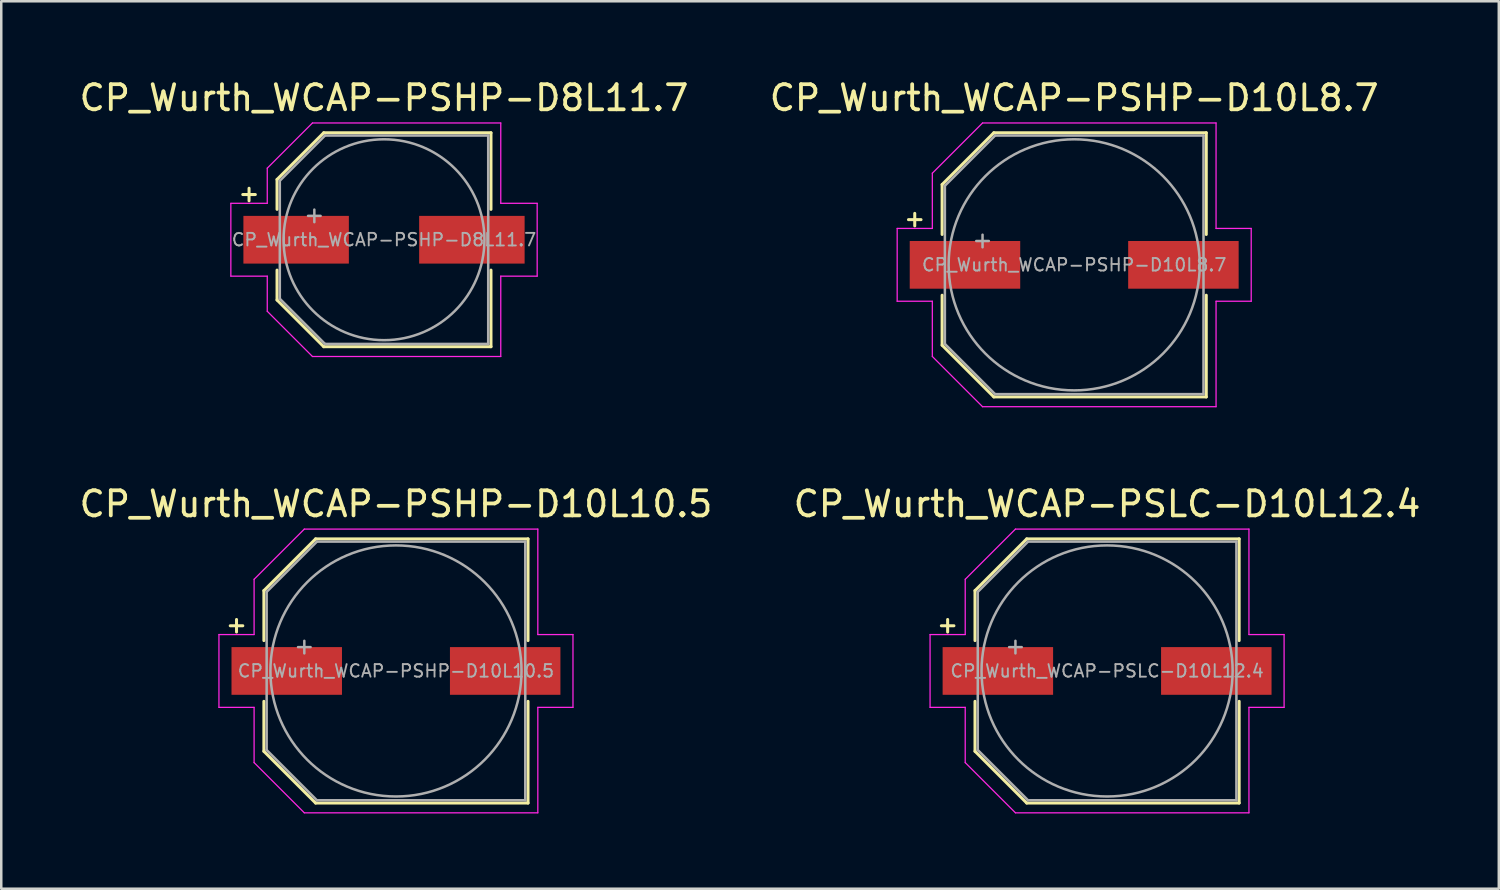
<source format=kicad_pcb>
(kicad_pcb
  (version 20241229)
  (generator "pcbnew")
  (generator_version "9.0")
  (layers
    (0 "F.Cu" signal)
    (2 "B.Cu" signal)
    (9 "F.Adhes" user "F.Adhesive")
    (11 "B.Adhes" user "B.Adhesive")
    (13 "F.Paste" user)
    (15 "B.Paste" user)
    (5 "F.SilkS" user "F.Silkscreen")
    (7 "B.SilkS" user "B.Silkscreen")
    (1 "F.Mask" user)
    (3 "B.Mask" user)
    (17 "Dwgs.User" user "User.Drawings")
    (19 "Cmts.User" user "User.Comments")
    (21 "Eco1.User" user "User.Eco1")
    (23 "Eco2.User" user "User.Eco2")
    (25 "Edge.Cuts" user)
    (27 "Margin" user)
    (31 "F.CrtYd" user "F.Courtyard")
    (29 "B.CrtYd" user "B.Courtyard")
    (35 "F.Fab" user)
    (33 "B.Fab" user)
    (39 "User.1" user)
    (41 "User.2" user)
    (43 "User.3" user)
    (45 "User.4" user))
  (footprint "CP_Wurth_WCAP-PSHP-D10L10.5"
    (layer "F.Cu")
    (at 12.72 23.672)
    (property "Reference" "CP_Wurth_WCAP-PSHP-D10L10.5" (at 0 -6.65 0) (unlocked yes) (layer "F.SilkS") (effects (font (size 1 1) (thickness 0.15))))
    (attr smd)
    (fp_line (start -6.35 -1.55) (end -6.35 -2.05) (stroke (width 0.12) (type solid)) (layer "F.SilkS"))
    (fp_line (start -6.1 -1.8) (end -6.6 -1.8) (stroke (width 0.12) (type solid)) (layer "F.SilkS"))
    (fp_line (start -5.26 -3.2) (end -5.26 -1.21) (stroke (width 0.12) (type default)) (layer "F.SilkS"))
    (fp_line (start -5.26 -3.2) (end -3.2 -5.26) (stroke (width 0.12) (type default)) (layer "F.SilkS"))
    (fp_line (start -5.26 3.2) (end -5.26 1.21) (stroke (width 0.12) (type default)) (layer "F.SilkS"))
    (fp_line (start -5.26 3.2) (end -3.2 5.26) (stroke (width 0.12) (type default)) (layer "F.SilkS"))
    (fp_line (start -3.2 -5.26) (end 5.26 -5.26) (stroke (width 0.12) (type solid)) (layer "F.SilkS"))
    (fp_line (start -3.2 5.26) (end 5.26 5.26) (stroke (width 0.12) (type solid)) (layer "F.SilkS"))
    (fp_line (start 5.26 -5.26) (end 5.26 -1.21) (stroke (width 0.12) (type default)) (layer "F.SilkS"))
    (fp_line (start 5.26 1.21) (end 5.26 5.26) (stroke (width 0.12) (type default)) (layer "F.SilkS"))
    (fp_line (start -7.05 -1.45) (end -7.05 1.45) (stroke (width 0.05) (type default)) (layer "F.CrtYd"))
    (fp_line (start -7.05 -1.45) (end -5.65 -1.45) (stroke (width 0.05) (type default)) (layer "F.CrtYd"))
    (fp_line (start -7.05 1.45) (end -5.65 1.45) (stroke (width 0.05) (type default)) (layer "F.CrtYd"))
    (fp_line (start -5.65 -3.65) (end -5.65 -1.45) (stroke (width 0.05) (type default)) (layer "F.CrtYd"))
    (fp_line (start -5.65 -3.65) (end -3.65 -5.65) (stroke (width 0.05) (type default)) (layer "F.CrtYd"))
    (fp_line (start -5.65 1.45) (end -5.65 3.65) (stroke (width 0.05) (type default)) (layer "F.CrtYd"))
    (fp_line (start -5.65 3.65) (end -3.65 5.65) (stroke (width 0.05) (type default)) (layer "F.CrtYd"))
    (fp_line (start -3.65 -5.65) (end 5.65 -5.65) (stroke (width 0.05) (type default)) (layer "F.CrtYd"))
    (fp_line (start -3.65 5.65) (end 5.65 5.65) (stroke (width 0.05) (type default)) (layer "F.CrtYd"))
    (fp_line (start 5.65 -5.65) (end 5.65 -1.45) (stroke (width 0.05) (type default)) (layer "F.CrtYd"))
    (fp_line (start 5.65 -1.45) (end 7.05 -1.45) (stroke (width 0.05) (type default)) (layer "F.CrtYd"))
    (fp_line (start 5.65 1.45) (end 5.65 5.65) (stroke (width 0.05) (type default)) (layer "F.CrtYd"))
    (fp_line (start 5.65 1.45) (end 7.05 1.45) (stroke (width 0.05) (type default)) (layer "F.CrtYd"))
    (fp_line (start 7.05 -1.45) (end 7.05 1.45) (stroke (width 0.05) (type default)) (layer "F.CrtYd"))
    (fp_line (start -5.15 -3.15) (end -3.15 -5.15) (stroke (width 0.1) (type default)) (layer "F.Fab"))
    (fp_line (start -5.15 3.15) (end -5.15 -3.15) (stroke (width 0.1) (type default)) (layer "F.Fab"))
    (fp_line (start -3.65 -0.7) (end -3.65 -1.2) (stroke (width 0.1) (type default)) (layer "F.Fab"))
    (fp_line (start -3.4 -0.95) (end -3.9 -0.95) (stroke (width 0.1) (type default)) (layer "F.Fab"))
    (fp_line (start -3.15 -5.15) (end 5.15 -5.15) (stroke (width 0.1) (type default)) (layer "F.Fab"))
    (fp_line (start -3.15 5.15) (end -5.15 3.15) (stroke (width 0.1) (type default)) (layer "F.Fab"))
    (fp_line (start 5.15 -5.15) (end 5.15 5.15) (stroke (width 0.1) (type default)) (layer "F.Fab"))
    (fp_line (start 5.15 5.15) (end -3.15 5.15) (stroke (width 0.1) (type default)) (layer "F.Fab"))
    (fp_circle (center 0 0) (end 5 0) (stroke (width 0.1) (type default)) (fill no) (layer "F.Fab"))
    (fp_text user "${REFERENCE}" (at 0 0 0) (unlocked yes) (layer "F.Fab") (effects (font (size 0.5 0.5) (thickness 0.075))))
    (pad "1" smd rect (at -4.35 0) (size 4.4 1.9) (layers "F.Cu" "F.Mask" "F.Paste"))
    (pad "2" smd rect (at 4.35 0) (size 4.4 1.9) (layers "F.Cu" "F.Mask" "F.Paste")))
  (footprint "CP_Wurth_WCAP-PSHP-D10L8.7"
    (layer "F.Cu")
    (at 39.732 7.498)
    (property "Reference" "CP_Wurth_WCAP-PSHP-D10L8.7" (at 0 -6.65 0) (unlocked yes) (layer "F.SilkS") (effects (font (size 1 1) (thickness 0.15))))
    (attr smd)
    (fp_line (start -6.35 -1.55) (end -6.35 -2.05) (stroke (width 0.12) (type solid)) (layer "F.SilkS"))
    (fp_line (start -6.1 -1.8) (end -6.6 -1.8) (stroke (width 0.12) (type solid)) (layer "F.SilkS"))
    (fp_line (start -5.26 -3.2) (end -5.26 -1.21) (stroke (width 0.12) (type default)) (layer "F.SilkS"))
    (fp_line (start -5.26 -3.2) (end -3.2 -5.26) (stroke (width 0.12) (type default)) (layer "F.SilkS"))
    (fp_line (start -5.26 3.2) (end -5.26 1.21) (stroke (width 0.12) (type default)) (layer "F.SilkS"))
    (fp_line (start -5.26 3.2) (end -3.2 5.26) (stroke (width 0.12) (type default)) (layer "F.SilkS"))
    (fp_line (start -3.2 -5.26) (end 5.26 -5.26) (stroke (width 0.12) (type solid)) (layer "F.SilkS"))
    (fp_line (start -3.2 5.26) (end 5.26 5.26) (stroke (width 0.12) (type solid)) (layer "F.SilkS"))
    (fp_line (start 5.26 -5.26) (end 5.26 -1.21) (stroke (width 0.12) (type default)) (layer "F.SilkS"))
    (fp_line (start 5.26 1.21) (end 5.26 5.26) (stroke (width 0.12) (type default)) (layer "F.SilkS"))
    (fp_line (start -7.05 -1.45) (end -7.05 1.45) (stroke (width 0.05) (type default)) (layer "F.CrtYd"))
    (fp_line (start -7.05 -1.45) (end -5.65 -1.45) (stroke (width 0.05) (type default)) (layer "F.CrtYd"))
    (fp_line (start -7.05 1.45) (end -5.65 1.45) (stroke (width 0.05) (type default)) (layer "F.CrtYd"))
    (fp_line (start -5.65 -3.65) (end -5.65 -1.45) (stroke (width 0.05) (type default)) (layer "F.CrtYd"))
    (fp_line (start -5.65 -3.65) (end -3.65 -5.65) (stroke (width 0.05) (type default)) (layer "F.CrtYd"))
    (fp_line (start -5.65 1.45) (end -5.65 3.65) (stroke (width 0.05) (type default)) (layer "F.CrtYd"))
    (fp_line (start -5.65 3.65) (end -3.65 5.65) (stroke (width 0.05) (type default)) (layer "F.CrtYd"))
    (fp_line (start -3.65 -5.65) (end 5.65 -5.65) (stroke (width 0.05) (type default)) (layer "F.CrtYd"))
    (fp_line (start -3.65 5.65) (end 5.65 5.65) (stroke (width 0.05) (type default)) (layer "F.CrtYd"))
    (fp_line (start 5.65 -5.65) (end 5.65 -1.45) (stroke (width 0.05) (type default)) (layer "F.CrtYd"))
    (fp_line (start 5.65 -1.45) (end 7.05 -1.45) (stroke (width 0.05) (type default)) (layer "F.CrtYd"))
    (fp_line (start 5.65 1.45) (end 5.65 5.65) (stroke (width 0.05) (type default)) (layer "F.CrtYd"))
    (fp_line (start 5.65 1.45) (end 7.05 1.45) (stroke (width 0.05) (type default)) (layer "F.CrtYd"))
    (fp_line (start 7.05 -1.45) (end 7.05 1.45) (stroke (width 0.05) (type default)) (layer "F.CrtYd"))
    (fp_line (start -5.15 -3.15) (end -3.15 -5.15) (stroke (width 0.1) (type default)) (layer "F.Fab"))
    (fp_line (start -5.15 3.15) (end -5.15 -3.15) (stroke (width 0.1) (type default)) (layer "F.Fab"))
    (fp_line (start -3.65 -0.7) (end -3.65 -1.2) (stroke (width 0.1) (type default)) (layer "F.Fab"))
    (fp_line (start -3.4 -0.95) (end -3.9 -0.95) (stroke (width 0.1) (type default)) (layer "F.Fab"))
    (fp_line (start -3.15 -5.15) (end 5.15 -5.15) (stroke (width 0.1) (type default)) (layer "F.Fab"))
    (fp_line (start -3.15 5.15) (end -5.15 3.15) (stroke (width 0.1) (type default)) (layer "F.Fab"))
    (fp_line (start 5.15 -5.15) (end 5.15 5.15) (stroke (width 0.1) (type default)) (layer "F.Fab"))
    (fp_line (start 5.15 5.15) (end -3.15 5.15) (stroke (width 0.1) (type default)) (layer "F.Fab"))
    (fp_circle (center 0 0) (end 5 0) (stroke (width 0.1) (type default)) (fill no) (layer "F.Fab"))
    (fp_text user "${REFERENCE}" (at 0 0 0) (unlocked yes) (layer "F.Fab") (effects (font (size 0.5 0.5) (thickness 0.075))))
    (pad "1" smd rect (at -4.35 0) (size 4.4 1.9) (layers "F.Cu" "F.Mask" "F.Paste"))
    (pad "2" smd rect (at 4.35 0) (size 4.4 1.9) (layers "F.Cu" "F.Mask" "F.Paste")))
  (footprint "CP_Wurth_WCAP-PSHP-D8L11.7"
    (layer "F.Cu")
    (at 12.244 6.498)
    (property "Reference" "CP_Wurth_WCAP-PSHP-D8L11.7" (at 0 -5.65 0) (unlocked yes) (layer "F.SilkS") (effects (font (size 1 1) (thickness 0.15))))
    (attr smd)
    (fp_line (start -5.375 -1.55) (end -5.375 -2.05) (stroke (width 0.12) (type solid)) (layer "F.SilkS"))
    (fp_line (start -5.125 -1.8) (end -5.625 -1.8) (stroke (width 0.12) (type solid)) (layer "F.SilkS"))
    (fp_line (start -4.26 -2.4) (end -4.26 -1.21) (stroke (width 0.12) (type default)) (layer "F.SilkS"))
    (fp_line (start -4.26 -2.4) (end -2.4 -4.26) (stroke (width 0.12) (type default)) (layer "F.SilkS"))
    (fp_line (start -4.26 2.4) (end -4.26 1.21) (stroke (width 0.12) (type default)) (layer "F.SilkS"))
    (fp_line (start -4.26 2.4) (end -2.4 4.26) (stroke (width 0.12) (type default)) (layer "F.SilkS"))
    (fp_line (start -2.4 -4.26) (end 4.26 -4.26) (stroke (width 0.12) (type solid)) (layer "F.SilkS"))
    (fp_line (start -2.4 4.26) (end 4.26 4.26) (stroke (width 0.12) (type solid)) (layer "F.SilkS"))
    (fp_line (start 4.26 -4.26) (end 4.26 -1.21) (stroke (width 0.12) (type default)) (layer "F.SilkS"))
    (fp_line (start 4.26 1.21) (end 4.26 4.26) (stroke (width 0.12) (type default)) (layer "F.SilkS"))
    (fp_line (start -6.1 -1.45) (end -6.1 1.45) (stroke (width 0.05) (type default)) (layer "F.CrtYd"))
    (fp_line (start -6.1 -1.45) (end -4.65 -1.45) (stroke (width 0.05) (type default)) (layer "F.CrtYd"))
    (fp_line (start -6.1 1.45) (end -4.65 1.45) (stroke (width 0.05) (type default)) (layer "F.CrtYd"))
    (fp_line (start -4.65 -2.85) (end -4.65 -1.45) (stroke (width 0.05) (type default)) (layer "F.CrtYd"))
    (fp_line (start -4.65 -2.85) (end -2.85 -4.65) (stroke (width 0.05) (type default)) (layer "F.CrtYd"))
    (fp_line (start -4.65 1.45) (end -4.65 2.85) (stroke (width 0.05) (type default)) (layer "F.CrtYd"))
    (fp_line (start -4.65 2.85) (end -2.85 4.65) (stroke (width 0.05) (type default)) (layer "F.CrtYd"))
    (fp_line (start -2.85 -4.65) (end 4.65 -4.65) (stroke (width 0.05) (type default)) (layer "F.CrtYd"))
    (fp_line (start -2.85 4.65) (end 4.65 4.65) (stroke (width 0.05) (type default)) (layer "F.CrtYd"))
    (fp_line (start 4.65 -4.65) (end 4.65 -1.45) (stroke (width 0.05) (type default)) (layer "F.CrtYd"))
    (fp_line (start 4.65 -1.45) (end 6.1 -1.45) (stroke (width 0.05) (type default)) (layer "F.CrtYd"))
    (fp_line (start 4.65 1.45) (end 4.65 4.65) (stroke (width 0.05) (type default)) (layer "F.CrtYd"))
    (fp_line (start 4.65 1.45) (end 6.1 1.45) (stroke (width 0.05) (type default)) (layer "F.CrtYd"))
    (fp_line (start 6.1 -1.45) (end 6.1 1.45) (stroke (width 0.05) (type default)) (layer "F.CrtYd"))
    (fp_line (start -4.15 -2.35) (end -2.35 -4.15) (stroke (width 0.1) (type default)) (layer "F.Fab"))
    (fp_line (start -4.15 2.35) (end -4.15 -2.35) (stroke (width 0.1) (type default)) (layer "F.Fab"))
    (fp_line (start -2.775 -0.7) (end -2.775 -1.2) (stroke (width 0.1) (type default)) (layer "F.Fab"))
    (fp_line (start -2.525 -0.95) (end -3.025 -0.95) (stroke (width 0.1) (type default)) (layer "F.Fab"))
    (fp_line (start -2.35 -4.15) (end 4.15 -4.15) (stroke (width 0.1) (type default)) (layer "F.Fab"))
    (fp_line (start -2.35 4.15) (end -4.15 2.35) (stroke (width 0.1) (type default)) (layer "F.Fab"))
    (fp_line (start 4.15 -4.15) (end 4.15 4.15) (stroke (width 0.1) (type default)) (layer "F.Fab"))
    (fp_line (start 4.15 4.15) (end -2.35 4.15) (stroke (width 0.1) (type default)) (layer "F.Fab"))
    (fp_circle (center 0 0) (end 4 0) (stroke (width 0.1) (type default)) (fill no) (layer "F.Fab"))
    (fp_text user "${REFERENCE}" (at 0 0 0) (unlocked yes) (layer "F.Fab") (effects (font (size 0.5 0.5) (thickness 0.075))))
    (pad "1" smd rect (at -3.5 0) (size 4.2 1.9) (layers "F.Cu" "F.Mask" "F.Paste"))
    (pad "2" smd rect (at 3.5 0) (size 4.2 1.9) (layers "F.Cu" "F.Mask" "F.Paste")))
  (footprint "CP_Wurth_WCAP-PSLC-D10L12.4"
    (layer "F.Cu")
    (at 41.042 23.672)
    (property "Reference" "CP_Wurth_WCAP-PSLC-D10L12.4" (at 0 -6.65 0) (unlocked yes) (layer "F.SilkS") (effects (font (size 1 1) (thickness 0.15))))
    (attr smd)
    (fp_line (start -6.35 -1.55) (end -6.35 -2.05) (stroke (width 0.12) (type solid)) (layer "F.SilkS"))
    (fp_line (start -6.1 -1.8) (end -6.6 -1.8) (stroke (width 0.12) (type solid)) (layer "F.SilkS"))
    (fp_line (start -5.26 -3.2) (end -5.26 -1.21) (stroke (width 0.12) (type default)) (layer "F.SilkS"))
    (fp_line (start -5.26 -3.2) (end -3.2 -5.26) (stroke (width 0.12) (type default)) (layer "F.SilkS"))
    (fp_line (start -5.26 3.2) (end -5.26 1.21) (stroke (width 0.12) (type default)) (layer "F.SilkS"))
    (fp_line (start -5.26 3.2) (end -3.2 5.26) (stroke (width 0.12) (type default)) (layer "F.SilkS"))
    (fp_line (start -3.2 -5.26) (end 5.26 -5.26) (stroke (width 0.12) (type solid)) (layer "F.SilkS"))
    (fp_line (start -3.2 5.26) (end 5.26 5.26) (stroke (width 0.12) (type solid)) (layer "F.SilkS"))
    (fp_line (start 5.26 -5.26) (end 5.26 -1.21) (stroke (width 0.12) (type default)) (layer "F.SilkS"))
    (fp_line (start 5.26 1.21) (end 5.26 5.26) (stroke (width 0.12) (type default)) (layer "F.SilkS"))
    (fp_line (start -7.05 -1.45) (end -7.05 1.45) (stroke (width 0.05) (type default)) (layer "F.CrtYd"))
    (fp_line (start -7.05 -1.45) (end -5.65 -1.45) (stroke (width 0.05) (type default)) (layer "F.CrtYd"))
    (fp_line (start -7.05 1.45) (end -5.65 1.45) (stroke (width 0.05) (type default)) (layer "F.CrtYd"))
    (fp_line (start -5.65 -3.65) (end -5.65 -1.45) (stroke (width 0.05) (type default)) (layer "F.CrtYd"))
    (fp_line (start -5.65 -3.65) (end -3.65 -5.65) (stroke (width 0.05) (type default)) (layer "F.CrtYd"))
    (fp_line (start -5.65 1.45) (end -5.65 3.65) (stroke (width 0.05) (type default)) (layer "F.CrtYd"))
    (fp_line (start -5.65 3.65) (end -3.65 5.65) (stroke (width 0.05) (type default)) (layer "F.CrtYd"))
    (fp_line (start -3.65 -5.65) (end 5.65 -5.65) (stroke (width 0.05) (type default)) (layer "F.CrtYd"))
    (fp_line (start -3.65 5.65) (end 5.65 5.65) (stroke (width 0.05) (type default)) (layer "F.CrtYd"))
    (fp_line (start 5.65 -5.65) (end 5.65 -1.45) (stroke (width 0.05) (type default)) (layer "F.CrtYd"))
    (fp_line (start 5.65 -1.45) (end 7.05 -1.45) (stroke (width 0.05) (type default)) (layer "F.CrtYd"))
    (fp_line (start 5.65 1.45) (end 5.65 5.65) (stroke (width 0.05) (type default)) (layer "F.CrtYd"))
    (fp_line (start 5.65 1.45) (end 7.05 1.45) (stroke (width 0.05) (type default)) (layer "F.CrtYd"))
    (fp_line (start 7.05 -1.45) (end 7.05 1.45) (stroke (width 0.05) (type default)) (layer "F.CrtYd"))
    (fp_line (start -5.15 -3.15) (end -3.15 -5.15) (stroke (width 0.1) (type default)) (layer "F.Fab"))
    (fp_line (start -5.15 3.15) (end -5.15 -3.15) (stroke (width 0.1) (type default)) (layer "F.Fab"))
    (fp_line (start -3.65 -0.7) (end -3.65 -1.2) (stroke (width 0.1) (type default)) (layer "F.Fab"))
    (fp_line (start -3.4 -0.95) (end -3.9 -0.95) (stroke (width 0.1) (type default)) (layer "F.Fab"))
    (fp_line (start -3.15 -5.15) (end 5.15 -5.15) (stroke (width 0.1) (type default)) (layer "F.Fab"))
    (fp_line (start -3.15 5.15) (end -5.15 3.15) (stroke (width 0.1) (type default)) (layer "F.Fab"))
    (fp_line (start 5.15 -5.15) (end 5.15 5.15) (stroke (width 0.1) (type default)) (layer "F.Fab"))
    (fp_line (start 5.15 5.15) (end -3.15 5.15) (stroke (width 0.1) (type default)) (layer "F.Fab"))
    (fp_circle (center 0 0) (end 5 0) (stroke (width 0.1) (type default)) (fill no) (layer "F.Fab"))
    (fp_text user "${REFERENCE}" (at 0 0 0) (unlocked yes) (layer "F.Fab") (effects (font (size 0.5 0.5) (thickness 0.075))))
    (pad "1" smd rect (at -4.35 0) (size 4.4 1.9) (layers "F.Cu" "F.Mask" "F.Paste"))
    (pad "2" smd rect (at 4.35 0) (size 4.4 1.9) (layers "F.Cu" "F.Mask" "F.Paste")))
  (gr_rect
    (start -3 -3)
    (end 56.643 32.346)
    (stroke (width 0.1) (type default))
    (fill no)
    (layer "Edge.Cuts")))
</source>
